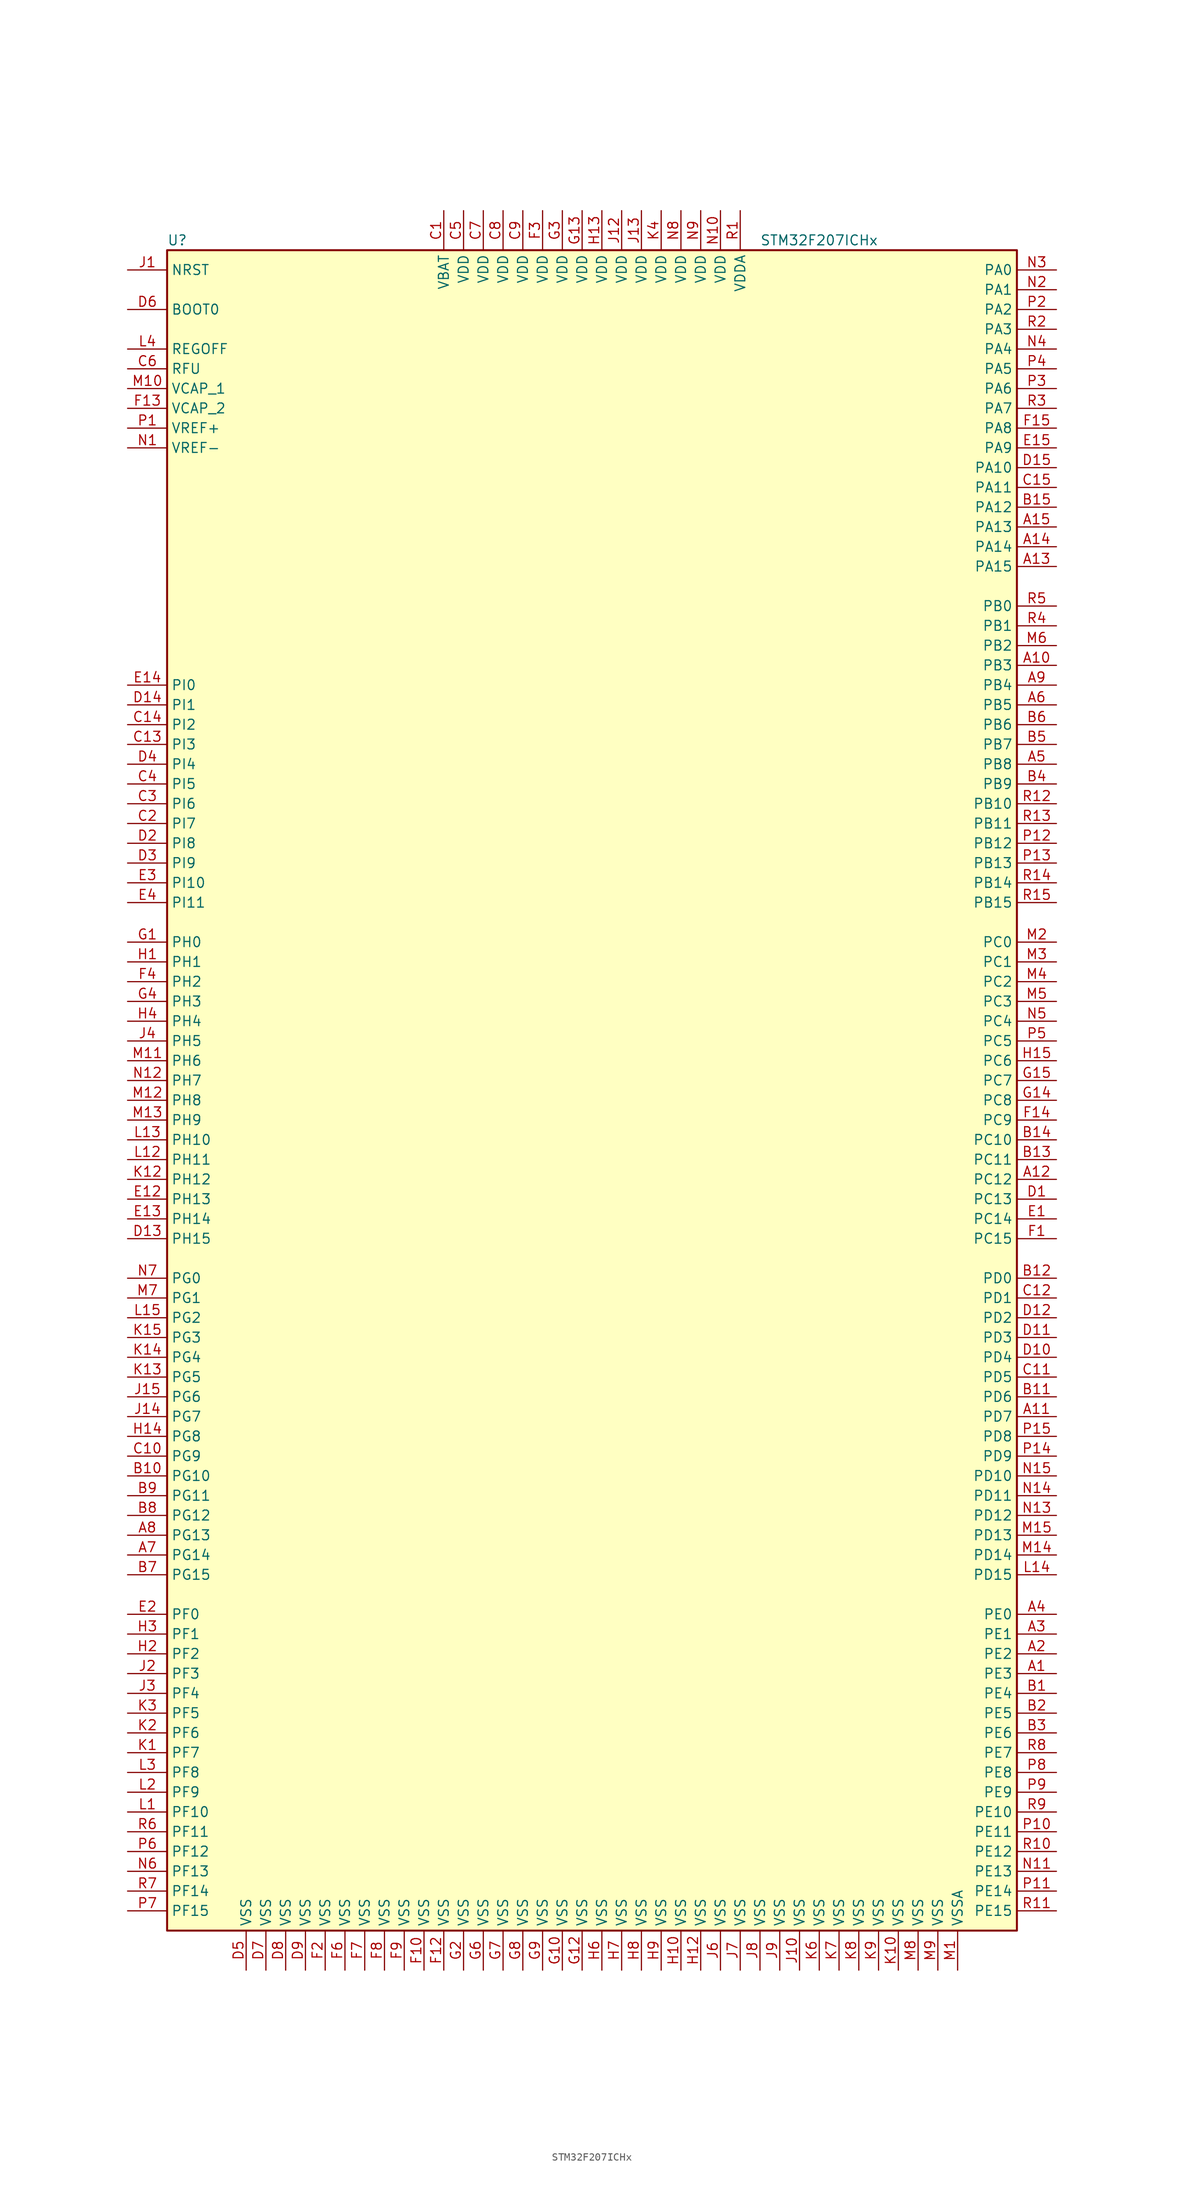
<source format=kicad_sym>
(kicad_symbol_lib
  (version 20201005)
  (generator kicad_symbol_editor)
  (symbol "STM32F207ICHx"
    (property "Reference" "U"
      (at -55.88 107.95 0)
      (effects (font (size 1.27 1.27)) (justify left)))
    (property "Value" "STM32F207ICHx"
      (at 20.32 107.95 0)
      (effects (font (size 1.27 1.27)) (justify left)))
    (symbol "STM32F207ICHx_0_1"
      (rectangle (start -55.88 -109.22) (end 53.34 106.68) (stroke (width 0.254)) (fill (type background))))
    (symbol "STM32F207ICHx_1_1"
      (pin input line (at -60.96 99.06 0) (length 5.08) (name "BOOT0" (effects (font (size 1.27 1.27)))) (number "D6" (effects (font (size 1.27 1.27)))))
      (pin input line (at -60.96 104.14 0) (length 5.08) (name "NRST" (effects (font (size 1.27 1.27)))) (number "J1" (effects (font (size 1.27 1.27)))))
      (pin bidirectional line (at 58.42 104.14 180) (length 5.08) (name "PA0" (effects (font (size 1.27 1.27)))) (number "N3" (effects (font (size 1.27 1.27)))))
      (pin bidirectional line (at 58.42 101.6 180) (length 5.08) (name "PA1" (effects (font (size 1.27 1.27)))) (number "N2" (effects (font (size 1.27 1.27)))))
      (pin bidirectional line (at 58.42 78.74 180) (length 5.08) (name "PA10" (effects (font (size 1.27 1.27)))) (number "D15" (effects (font (size 1.27 1.27)))))
      (pin bidirectional line (at 58.42 76.2 180) (length 5.08) (name "PA11" (effects (font (size 1.27 1.27)))) (number "C15" (effects (font (size 1.27 1.27)))))
      (pin bidirectional line (at 58.42 73.66 180) (length 5.08) (name "PA12" (effects (font (size 1.27 1.27)))) (number "B15" (effects (font (size 1.27 1.27)))))
      (pin bidirectional line (at 58.42 71.12 180) (length 5.08) (name "PA13" (effects (font (size 1.27 1.27)))) (number "A15" (effects (font (size 1.27 1.27)))))
      (pin bidirectional line (at 58.42 68.58 180) (length 5.08) (name "PA14" (effects (font (size 1.27 1.27)))) (number "A14" (effects (font (size 1.27 1.27)))))
      (pin bidirectional line (at 58.42 66.04 180) (length 5.08) (name "PA15" (effects (font (size 1.27 1.27)))) (number "A13" (effects (font (size 1.27 1.27)))))
      (pin bidirectional line (at 58.42 99.06 180) (length 5.08) (name "PA2" (effects (font (size 1.27 1.27)))) (number "P2" (effects (font (size 1.27 1.27)))))
      (pin bidirectional line (at 58.42 96.52 180) (length 5.08) (name "PA3" (effects (font (size 1.27 1.27)))) (number "R2" (effects (font (size 1.27 1.27)))))
      (pin bidirectional line (at 58.42 93.98 180) (length 5.08) (name "PA4" (effects (font (size 1.27 1.27)))) (number "N4" (effects (font (size 1.27 1.27)))))
      (pin bidirectional line (at 58.42 91.44 180) (length 5.08) (name "PA5" (effects (font (size 1.27 1.27)))) (number "P4" (effects (font (size 1.27 1.27)))))
      (pin bidirectional line (at 58.42 88.9 180) (length 5.08) (name "PA6" (effects (font (size 1.27 1.27)))) (number "P3" (effects (font (size 1.27 1.27)))))
      (pin bidirectional line (at 58.42 86.36 180) (length 5.08) (name "PA7" (effects (font (size 1.27 1.27)))) (number "R3" (effects (font (size 1.27 1.27)))))
      (pin bidirectional line (at 58.42 83.82 180) (length 5.08) (name "PA8" (effects (font (size 1.27 1.27)))) (number "F15" (effects (font (size 1.27 1.27)))))
      (pin bidirectional line (at 58.42 81.28 180) (length 5.08) (name "PA9" (effects (font (size 1.27 1.27)))) (number "E15" (effects (font (size 1.27 1.27)))))
      (pin bidirectional line (at 58.42 60.96 180) (length 5.08) (name "PB0" (effects (font (size 1.27 1.27)))) (number "R5" (effects (font (size 1.27 1.27)))))
      (pin bidirectional line (at 58.42 58.42 180) (length 5.08) (name "PB1" (effects (font (size 1.27 1.27)))) (number "R4" (effects (font (size 1.27 1.27)))))
      (pin bidirectional line (at 58.42 35.56 180) (length 5.08) (name "PB10" (effects (font (size 1.27 1.27)))) (number "R12" (effects (font (size 1.27 1.27)))))
      (pin bidirectional line (at 58.42 33.02 180) (length 5.08) (name "PB11" (effects (font (size 1.27 1.27)))) (number "R13" (effects (font (size 1.27 1.27)))))
      (pin bidirectional line (at 58.42 30.48 180) (length 5.08) (name "PB12" (effects (font (size 1.27 1.27)))) (number "P12" (effects (font (size 1.27 1.27)))))
      (pin bidirectional line (at 58.42 27.94 180) (length 5.08) (name "PB13" (effects (font (size 1.27 1.27)))) (number "P13" (effects (font (size 1.27 1.27)))))
      (pin bidirectional line (at 58.42 25.4 180) (length 5.08) (name "PB14" (effects (font (size 1.27 1.27)))) (number "R14" (effects (font (size 1.27 1.27)))))
      (pin bidirectional line (at 58.42 22.86 180) (length 5.08) (name "PB15" (effects (font (size 1.27 1.27)))) (number "R15" (effects (font (size 1.27 1.27)))))
      (pin bidirectional line (at 58.42 55.88 180) (length 5.08) (name "PB2" (effects (font (size 1.27 1.27)))) (number "M6" (effects (font (size 1.27 1.27)))))
      (pin bidirectional line (at 58.42 53.34 180) (length 5.08) (name "PB3" (effects (font (size 1.27 1.27)))) (number "A10" (effects (font (size 1.27 1.27)))))
      (pin bidirectional line (at 58.42 50.8 180) (length 5.08) (name "PB4" (effects (font (size 1.27 1.27)))) (number "A9" (effects (font (size 1.27 1.27)))))
      (pin bidirectional line (at 58.42 48.26 180) (length 5.08) (name "PB5" (effects (font (size 1.27 1.27)))) (number "A6" (effects (font (size 1.27 1.27)))))
      (pin bidirectional line (at 58.42 45.72 180) (length 5.08) (name "PB6" (effects (font (size 1.27 1.27)))) (number "B6" (effects (font (size 1.27 1.27)))))
      (pin bidirectional line (at 58.42 43.18 180) (length 5.08) (name "PB7" (effects (font (size 1.27 1.27)))) (number "B5" (effects (font (size 1.27 1.27)))))
      (pin bidirectional line (at 58.42 40.64 180) (length 5.08) (name "PB8" (effects (font (size 1.27 1.27)))) (number "A5" (effects (font (size 1.27 1.27)))))
      (pin bidirectional line (at 58.42 38.1 180) (length 5.08) (name "PB9" (effects (font (size 1.27 1.27)))) (number "B4" (effects (font (size 1.27 1.27)))))
      (pin bidirectional line (at 58.42 17.78 180) (length 5.08) (name "PC0" (effects (font (size 1.27 1.27)))) (number "M2" (effects (font (size 1.27 1.27)))))
      (pin bidirectional line (at 58.42 15.24 180) (length 5.08) (name "PC1" (effects (font (size 1.27 1.27)))) (number "M3" (effects (font (size 1.27 1.27)))))
      (pin bidirectional line (at 58.42 -7.62 180) (length 5.08) (name "PC10" (effects (font (size 1.27 1.27)))) (number "B14" (effects (font (size 1.27 1.27)))))
      (pin bidirectional line (at 58.42 -10.16 180) (length 5.08) (name "PC11" (effects (font (size 1.27 1.27)))) (number "B13" (effects (font (size 1.27 1.27)))))
      (pin bidirectional line (at 58.42 -12.7 180) (length 5.08) (name "PC12" (effects (font (size 1.27 1.27)))) (number "A12" (effects (font (size 1.27 1.27)))))
      (pin bidirectional line (at 58.42 -15.24 180) (length 5.08) (name "PC13" (effects (font (size 1.27 1.27)))) (number "D1" (effects (font (size 1.27 1.27)))))
      (pin bidirectional line (at 58.42 -17.78 180) (length 5.08) (name "PC14" (effects (font (size 1.27 1.27)))) (number "E1" (effects (font (size 1.27 1.27)))))
      (pin bidirectional line (at 58.42 -20.32 180) (length 5.08) (name "PC15" (effects (font (size 1.27 1.27)))) (number "F1" (effects (font (size 1.27 1.27)))))
      (pin bidirectional line (at 58.42 12.7 180) (length 5.08) (name "PC2" (effects (font (size 1.27 1.27)))) (number "M4" (effects (font (size 1.27 1.27)))))
      (pin bidirectional line (at 58.42 10.16 180) (length 5.08) (name "PC3" (effects (font (size 1.27 1.27)))) (number "M5" (effects (font (size 1.27 1.27)))))
      (pin bidirectional line (at 58.42 7.62 180) (length 5.08) (name "PC4" (effects (font (size 1.27 1.27)))) (number "N5" (effects (font (size 1.27 1.27)))))
      (pin bidirectional line (at 58.42 5.08 180) (length 5.08) (name "PC5" (effects (font (size 1.27 1.27)))) (number "P5" (effects (font (size 1.27 1.27)))))
      (pin bidirectional line (at 58.42 2.54 180) (length 5.08) (name "PC6" (effects (font (size 1.27 1.27)))) (number "H15" (effects (font (size 1.27 1.27)))))
      (pin bidirectional line (at 58.42 0 180) (length 5.08) (name "PC7" (effects (font (size 1.27 1.27)))) (number "G15" (effects (font (size 1.27 1.27)))))
      (pin bidirectional line (at 58.42 -2.54 180) (length 5.08) (name "PC8" (effects (font (size 1.27 1.27)))) (number "G14" (effects (font (size 1.27 1.27)))))
      (pin bidirectional line (at 58.42 -5.08 180) (length 5.08) (name "PC9" (effects (font (size 1.27 1.27)))) (number "F14" (effects (font (size 1.27 1.27)))))
      (pin bidirectional line (at 58.42 -25.4 180) (length 5.08) (name "PD0" (effects (font (size 1.27 1.27)))) (number "B12" (effects (font (size 1.27 1.27)))))
      (pin bidirectional line (at 58.42 -27.94 180) (length 5.08) (name "PD1" (effects (font (size 1.27 1.27)))) (number "C12" (effects (font (size 1.27 1.27)))))
      (pin bidirectional line (at 58.42 -50.8 180) (length 5.08) (name "PD10" (effects (font (size 1.27 1.27)))) (number "N15" (effects (font (size 1.27 1.27)))))
      (pin bidirectional line (at 58.42 -53.34 180) (length 5.08) (name "PD11" (effects (font (size 1.27 1.27)))) (number "N14" (effects (font (size 1.27 1.27)))))
      (pin bidirectional line (at 58.42 -55.88 180) (length 5.08) (name "PD12" (effects (font (size 1.27 1.27)))) (number "N13" (effects (font (size 1.27 1.27)))))
      (pin bidirectional line (at 58.42 -58.42 180) (length 5.08) (name "PD13" (effects (font (size 1.27 1.27)))) (number "M15" (effects (font (size 1.27 1.27)))))
      (pin bidirectional line (at 58.42 -60.96 180) (length 5.08) (name "PD14" (effects (font (size 1.27 1.27)))) (number "M14" (effects (font (size 1.27 1.27)))))
      (pin bidirectional line (at 58.42 -63.5 180) (length 5.08) (name "PD15" (effects (font (size 1.27 1.27)))) (number "L14" (effects (font (size 1.27 1.27)))))
      (pin bidirectional line (at 58.42 -30.48 180) (length 5.08) (name "PD2" (effects (font (size 1.27 1.27)))) (number "D12" (effects (font (size 1.27 1.27)))))
      (pin bidirectional line (at 58.42 -33.02 180) (length 5.08) (name "PD3" (effects (font (size 1.27 1.27)))) (number "D11" (effects (font (size 1.27 1.27)))))
      (pin bidirectional line (at 58.42 -35.56 180) (length 5.08) (name "PD4" (effects (font (size 1.27 1.27)))) (number "D10" (effects (font (size 1.27 1.27)))))
      (pin bidirectional line (at 58.42 -38.1 180) (length 5.08) (name "PD5" (effects (font (size 1.27 1.27)))) (number "C11" (effects (font (size 1.27 1.27)))))
      (pin bidirectional line (at 58.42 -40.64 180) (length 5.08) (name "PD6" (effects (font (size 1.27 1.27)))) (number "B11" (effects (font (size 1.27 1.27)))))
      (pin bidirectional line (at 58.42 -43.18 180) (length 5.08) (name "PD7" (effects (font (size 1.27 1.27)))) (number "A11" (effects (font (size 1.27 1.27)))))
      (pin bidirectional line (at 58.42 -45.72 180) (length 5.08) (name "PD8" (effects (font (size 1.27 1.27)))) (number "P15" (effects (font (size 1.27 1.27)))))
      (pin bidirectional line (at 58.42 -48.26 180) (length 5.08) (name "PD9" (effects (font (size 1.27 1.27)))) (number "P14" (effects (font (size 1.27 1.27)))))
      (pin bidirectional line (at 58.42 -68.58 180) (length 5.08) (name "PE0" (effects (font (size 1.27 1.27)))) (number "A4" (effects (font (size 1.27 1.27)))))
      (pin bidirectional line (at 58.42 -71.12 180) (length 5.08) (name "PE1" (effects (font (size 1.27 1.27)))) (number "A3" (effects (font (size 1.27 1.27)))))
      (pin bidirectional line (at 58.42 -93.98 180) (length 5.08) (name "PE10" (effects (font (size 1.27 1.27)))) (number "R9" (effects (font (size 1.27 1.27)))))
      (pin bidirectional line (at 58.42 -96.52 180) (length 5.08) (name "PE11" (effects (font (size 1.27 1.27)))) (number "P10" (effects (font (size 1.27 1.27)))))
      (pin bidirectional line (at 58.42 -99.06 180) (length 5.08) (name "PE12" (effects (font (size 1.27 1.27)))) (number "R10" (effects (font (size 1.27 1.27)))))
      (pin bidirectional line (at 58.42 -101.6 180) (length 5.08) (name "PE13" (effects (font (size 1.27 1.27)))) (number "N11" (effects (font (size 1.27 1.27)))))
      (pin bidirectional line (at 58.42 -104.14 180) (length 5.08) (name "PE14" (effects (font (size 1.27 1.27)))) (number "P11" (effects (font (size 1.27 1.27)))))
      (pin bidirectional line (at 58.42 -106.68 180) (length 5.08) (name "PE15" (effects (font (size 1.27 1.27)))) (number "R11" (effects (font (size 1.27 1.27)))))
      (pin bidirectional line (at 58.42 -73.66 180) (length 5.08) (name "PE2" (effects (font (size 1.27 1.27)))) (number "A2" (effects (font (size 1.27 1.27)))))
      (pin bidirectional line (at 58.42 -76.2 180) (length 5.08) (name "PE3" (effects (font (size 1.27 1.27)))) (number "A1" (effects (font (size 1.27 1.27)))))
      (pin bidirectional line (at 58.42 -78.74 180) (length 5.08) (name "PE4" (effects (font (size 1.27 1.27)))) (number "B1" (effects (font (size 1.27 1.27)))))
      (pin bidirectional line (at 58.42 -81.28 180) (length 5.08) (name "PE5" (effects (font (size 1.27 1.27)))) (number "B2" (effects (font (size 1.27 1.27)))))
      (pin bidirectional line (at 58.42 -83.82 180) (length 5.08) (name "PE6" (effects (font (size 1.27 1.27)))) (number "B3" (effects (font (size 1.27 1.27)))))
      (pin bidirectional line (at 58.42 -86.36 180) (length 5.08) (name "PE7" (effects (font (size 1.27 1.27)))) (number "R8" (effects (font (size 1.27 1.27)))))
      (pin bidirectional line (at 58.42 -88.9 180) (length 5.08) (name "PE8" (effects (font (size 1.27 1.27)))) (number "P8" (effects (font (size 1.27 1.27)))))
      (pin bidirectional line (at 58.42 -91.44 180) (length 5.08) (name "PE9" (effects (font (size 1.27 1.27)))) (number "P9" (effects (font (size 1.27 1.27)))))
      (pin bidirectional line (at -60.96 -68.58 0) (length 5.08) (name "PF0" (effects (font (size 1.27 1.27)))) (number "E2" (effects (font (size 1.27 1.27)))))
      (pin bidirectional line (at -60.96 -71.12 0) (length 5.08) (name "PF1" (effects (font (size 1.27 1.27)))) (number "H3" (effects (font (size 1.27 1.27)))))
      (pin bidirectional line (at -60.96 -93.98 0) (length 5.08) (name "PF10" (effects (font (size 1.27 1.27)))) (number "L1" (effects (font (size 1.27 1.27)))))
      (pin bidirectional line (at -60.96 -96.52 0) (length 5.08) (name "PF11" (effects (font (size 1.27 1.27)))) (number "R6" (effects (font (size 1.27 1.27)))))
      (pin bidirectional line (at -60.96 -99.06 0) (length 5.08) (name "PF12" (effects (font (size 1.27 1.27)))) (number "P6" (effects (font (size 1.27 1.27)))))
      (pin bidirectional line (at -60.96 -101.6 0) (length 5.08) (name "PF13" (effects (font (size 1.27 1.27)))) (number "N6" (effects (font (size 1.27 1.27)))))
      (pin bidirectional line (at -60.96 -104.14 0) (length 5.08) (name "PF14" (effects (font (size 1.27 1.27)))) (number "R7" (effects (font (size 1.27 1.27)))))
      (pin bidirectional line (at -60.96 -106.68 0) (length 5.08) (name "PF15" (effects (font (size 1.27 1.27)))) (number "P7" (effects (font (size 1.27 1.27)))))
      (pin bidirectional line (at -60.96 -73.66 0) (length 5.08) (name "PF2" (effects (font (size 1.27 1.27)))) (number "H2" (effects (font (size 1.27 1.27)))))
      (pin bidirectional line (at -60.96 -76.2 0) (length 5.08) (name "PF3" (effects (font (size 1.27 1.27)))) (number "J2" (effects (font (size 1.27 1.27)))))
      (pin bidirectional line (at -60.96 -78.74 0) (length 5.08) (name "PF4" (effects (font (size 1.27 1.27)))) (number "J3" (effects (font (size 1.27 1.27)))))
      (pin bidirectional line (at -60.96 -81.28 0) (length 5.08) (name "PF5" (effects (font (size 1.27 1.27)))) (number "K3" (effects (font (size 1.27 1.27)))))
      (pin bidirectional line (at -60.96 -83.82 0) (length 5.08) (name "PF6" (effects (font (size 1.27 1.27)))) (number "K2" (effects (font (size 1.27 1.27)))))
      (pin bidirectional line (at -60.96 -86.36 0) (length 5.08) (name "PF7" (effects (font (size 1.27 1.27)))) (number "K1" (effects (font (size 1.27 1.27)))))
      (pin bidirectional line (at -60.96 -88.9 0) (length 5.08) (name "PF8" (effects (font (size 1.27 1.27)))) (number "L3" (effects (font (size 1.27 1.27)))))
      (pin bidirectional line (at -60.96 -91.44 0) (length 5.08) (name "PF9" (effects (font (size 1.27 1.27)))) (number "L2" (effects (font (size 1.27 1.27)))))
      (pin bidirectional line (at -60.96 -25.4 0) (length 5.08) (name "PG0" (effects (font (size 1.27 1.27)))) (number "N7" (effects (font (size 1.27 1.27)))))
      (pin bidirectional line (at -60.96 -27.94 0) (length 5.08) (name "PG1" (effects (font (size 1.27 1.27)))) (number "M7" (effects (font (size 1.27 1.27)))))
      (pin bidirectional line (at -60.96 -50.8 0) (length 5.08) (name "PG10" (effects (font (size 1.27 1.27)))) (number "B10" (effects (font (size 1.27 1.27)))))
      (pin bidirectional line (at -60.96 -53.34 0) (length 5.08) (name "PG11" (effects (font (size 1.27 1.27)))) (number "B9" (effects (font (size 1.27 1.27)))))
      (pin bidirectional line (at -60.96 -55.88 0) (length 5.08) (name "PG12" (effects (font (size 1.27 1.27)))) (number "B8" (effects (font (size 1.27 1.27)))))
      (pin bidirectional line (at -60.96 -58.42 0) (length 5.08) (name "PG13" (effects (font (size 1.27 1.27)))) (number "A8" (effects (font (size 1.27 1.27)))))
      (pin bidirectional line (at -60.96 -60.96 0) (length 5.08) (name "PG14" (effects (font (size 1.27 1.27)))) (number "A7" (effects (font (size 1.27 1.27)))))
      (pin bidirectional line (at -60.96 -63.5 0) (length 5.08) (name "PG15" (effects (font (size 1.27 1.27)))) (number "B7" (effects (font (size 1.27 1.27)))))
      (pin bidirectional line (at -60.96 -30.48 0) (length 5.08) (name "PG2" (effects (font (size 1.27 1.27)))) (number "L15" (effects (font (size 1.27 1.27)))))
      (pin bidirectional line (at -60.96 -33.02 0) (length 5.08) (name "PG3" (effects (font (size 1.27 1.27)))) (number "K15" (effects (font (size 1.27 1.27)))))
      (pin bidirectional line (at -60.96 -35.56 0) (length 5.08) (name "PG4" (effects (font (size 1.27 1.27)))) (number "K14" (effects (font (size 1.27 1.27)))))
      (pin bidirectional line (at -60.96 -38.1 0) (length 5.08) (name "PG5" (effects (font (size 1.27 1.27)))) (number "K13" (effects (font (size 1.27 1.27)))))
      (pin bidirectional line (at -60.96 -40.64 0) (length 5.08) (name "PG6" (effects (font (size 1.27 1.27)))) (number "J15" (effects (font (size 1.27 1.27)))))
      (pin bidirectional line (at -60.96 -43.18 0) (length 5.08) (name "PG7" (effects (font (size 1.27 1.27)))) (number "J14" (effects (font (size 1.27 1.27)))))
      (pin bidirectional line (at -60.96 -45.72 0) (length 5.08) (name "PG8" (effects (font (size 1.27 1.27)))) (number "H14" (effects (font (size 1.27 1.27)))))
      (pin bidirectional line (at -60.96 -48.26 0) (length 5.08) (name "PG9" (effects (font (size 1.27 1.27)))) (number "C10" (effects (font (size 1.27 1.27)))))
      (pin input line (at -60.96 17.78 0) (length 5.08) (name "PH0" (effects (font (size 1.27 1.27)))) (number "G1" (effects (font (size 1.27 1.27)))))
      (pin input line (at -60.96 15.24 0) (length 5.08) (name "PH1" (effects (font (size 1.27 1.27)))) (number "H1" (effects (font (size 1.27 1.27)))))
      (pin bidirectional line (at -60.96 -7.62 0) (length 5.08) (name "PH10" (effects (font (size 1.27 1.27)))) (number "L13" (effects (font (size 1.27 1.27)))))
      (pin bidirectional line (at -60.96 -10.16 0) (length 5.08) (name "PH11" (effects (font (size 1.27 1.27)))) (number "L12" (effects (font (size 1.27 1.27)))))
      (pin bidirectional line (at -60.96 -12.7 0) (length 5.08) (name "PH12" (effects (font (size 1.27 1.27)))) (number "K12" (effects (font (size 1.27 1.27)))))
      (pin bidirectional line (at -60.96 -15.24 0) (length 5.08) (name "PH13" (effects (font (size 1.27 1.27)))) (number "E12" (effects (font (size 1.27 1.27)))))
      (pin bidirectional line (at -60.96 -17.78 0) (length 5.08) (name "PH14" (effects (font (size 1.27 1.27)))) (number "E13" (effects (font (size 1.27 1.27)))))
      (pin bidirectional line (at -60.96 -20.32 0) (length 5.08) (name "PH15" (effects (font (size 1.27 1.27)))) (number "D13" (effects (font (size 1.27 1.27)))))
      (pin bidirectional line (at -60.96 12.7 0) (length 5.08) (name "PH2" (effects (font (size 1.27 1.27)))) (number "F4" (effects (font (size 1.27 1.27)))))
      (pin bidirectional line (at -60.96 10.16 0) (length 5.08) (name "PH3" (effects (font (size 1.27 1.27)))) (number "G4" (effects (font (size 1.27 1.27)))))
      (pin bidirectional line (at -60.96 7.62 0) (length 5.08) (name "PH4" (effects (font (size 1.27 1.27)))) (number "H4" (effects (font (size 1.27 1.27)))))
      (pin bidirectional line (at -60.96 5.08 0) (length 5.08) (name "PH5" (effects (font (size 1.27 1.27)))) (number "J4" (effects (font (size 1.27 1.27)))))
      (pin bidirectional line (at -60.96 2.54 0) (length 5.08) (name "PH6" (effects (font (size 1.27 1.27)))) (number "M11" (effects (font (size 1.27 1.27)))))
      (pin bidirectional line (at -60.96 0 0) (length 5.08) (name "PH7" (effects (font (size 1.27 1.27)))) (number "N12" (effects (font (size 1.27 1.27)))))
      (pin bidirectional line (at -60.96 -2.54 0) (length 5.08) (name "PH8" (effects (font (size 1.27 1.27)))) (number "M12" (effects (font (size 1.27 1.27)))))
      (pin bidirectional line (at -60.96 -5.08 0) (length 5.08) (name "PH9" (effects (font (size 1.27 1.27)))) (number "M13" (effects (font (size 1.27 1.27)))))
      (pin bidirectional line (at -60.96 50.8 0) (length 5.08) (name "PI0" (effects (font (size 1.27 1.27)))) (number "E14" (effects (font (size 1.27 1.27)))))
      (pin bidirectional line (at -60.96 48.26 0) (length 5.08) (name "PI1" (effects (font (size 1.27 1.27)))) (number "D14" (effects (font (size 1.27 1.27)))))
      (pin bidirectional line (at -60.96 25.4 0) (length 5.08) (name "PI10" (effects (font (size 1.27 1.27)))) (number "E3" (effects (font (size 1.27 1.27)))))
      (pin bidirectional line (at -60.96 22.86 0) (length 5.08) (name "PI11" (effects (font (size 1.27 1.27)))) (number "E4" (effects (font (size 1.27 1.27)))))
      (pin bidirectional line (at -60.96 45.72 0) (length 5.08) (name "PI2" (effects (font (size 1.27 1.27)))) (number "C14" (effects (font (size 1.27 1.27)))))
      (pin bidirectional line (at -60.96 43.18 0) (length 5.08) (name "PI3" (effects (font (size 1.27 1.27)))) (number "C13" (effects (font (size 1.27 1.27)))))
      (pin bidirectional line (at -60.96 40.64 0) (length 5.08) (name "PI4" (effects (font (size 1.27 1.27)))) (number "D4" (effects (font (size 1.27 1.27)))))
      (pin bidirectional line (at -60.96 38.1 0) (length 5.08) (name "PI5" (effects (font (size 1.27 1.27)))) (number "C4" (effects (font (size 1.27 1.27)))))
      (pin bidirectional line (at -60.96 35.56 0) (length 5.08) (name "PI6" (effects (font (size 1.27 1.27)))) (number "C3" (effects (font (size 1.27 1.27)))))
      (pin bidirectional line (at -60.96 33.02 0) (length 5.08) (name "PI7" (effects (font (size 1.27 1.27)))) (number "C2" (effects (font (size 1.27 1.27)))))
      (pin bidirectional line (at -60.96 30.48 0) (length 5.08) (name "PI8" (effects (font (size 1.27 1.27)))) (number "D2" (effects (font (size 1.27 1.27)))))
      (pin bidirectional line (at -60.96 27.94 0) (length 5.08) (name "PI9" (effects (font (size 1.27 1.27)))) (number "D3" (effects (font (size 1.27 1.27)))))
      (pin power_in line (at -60.96 93.98 0) (length 5.08) (name "REGOFF" (effects (font (size 1.27 1.27)))) (number "L4" (effects (font (size 1.27 1.27)))))
      (pin power_in line (at -60.96 91.44 0) (length 5.08) (name "RFU" (effects (font (size 1.27 1.27)))) (number "C6" (effects (font (size 1.27 1.27)))))
      (pin power_in line (at -20.32 111.76 270) (length 5.08) (name "VBAT" (effects (font (size 1.27 1.27)))) (number "C1" (effects (font (size 1.27 1.27)))))
      (pin power_in line (at -60.96 88.9 0) (length 5.08) (name "VCAP_1" (effects (font (size 1.27 1.27)))) (number "M10" (effects (font (size 1.27 1.27)))))
      (pin power_in line (at -60.96 86.36 0) (length 5.08) (name "VCAP_2" (effects (font (size 1.27 1.27)))) (number "F13" (effects (font (size 1.27 1.27)))))
      (pin power_in line (at -17.78 111.76 270) (length 5.08) (name "VDD" (effects (font (size 1.27 1.27)))) (number "C5" (effects (font (size 1.27 1.27)))))
      (pin power_in line (at -15.24 111.76 270) (length 5.08) (name "VDD" (effects (font (size 1.27 1.27)))) (number "C7" (effects (font (size 1.27 1.27)))))
      (pin power_in line (at -12.7 111.76 270) (length 5.08) (name "VDD" (effects (font (size 1.27 1.27)))) (number "C8" (effects (font (size 1.27 1.27)))))
      (pin power_in line (at -10.16 111.76 270) (length 5.08) (name "VDD" (effects (font (size 1.27 1.27)))) (number "C9" (effects (font (size 1.27 1.27)))))
      (pin power_in line (at -7.62 111.76 270) (length 5.08) (name "VDD" (effects (font (size 1.27 1.27)))) (number "F3" (effects (font (size 1.27 1.27)))))
      (pin power_in line (at -2.54 111.76 270) (length 5.08) (name "VDD" (effects (font (size 1.27 1.27)))) (number "G13" (effects (font (size 1.27 1.27)))))
      (pin power_in line (at -5.08 111.76 270) (length 5.08) (name "VDD" (effects (font (size 1.27 1.27)))) (number "G3" (effects (font (size 1.27 1.27)))))
      (pin power_in line (at 0 111.76 270) (length 5.08) (name "VDD" (effects (font (size 1.27 1.27)))) (number "H13" (effects (font (size 1.27 1.27)))))
      (pin power_in line (at 2.54 111.76 270) (length 5.08) (name "VDD" (effects (font (size 1.27 1.27)))) (number "J12" (effects (font (size 1.27 1.27)))))
      (pin power_in line (at 5.08 111.76 270) (length 5.08) (name "VDD" (effects (font (size 1.27 1.27)))) (number "J13" (effects (font (size 1.27 1.27)))))
      (pin power_in line (at 7.62 111.76 270) (length 5.08) (name "VDD" (effects (font (size 1.27 1.27)))) (number "K4" (effects (font (size 1.27 1.27)))))
      (pin power_in line (at 15.24 111.76 270) (length 5.08) (name "VDD" (effects (font (size 1.27 1.27)))) (number "N10" (effects (font (size 1.27 1.27)))))
      (pin power_in line (at 10.16 111.76 270) (length 5.08) (name "VDD" (effects (font (size 1.27 1.27)))) (number "N8" (effects (font (size 1.27 1.27)))))
      (pin power_in line (at 12.7 111.76 270) (length 5.08) (name "VDD" (effects (font (size 1.27 1.27)))) (number "N9" (effects (font (size 1.27 1.27)))))
      (pin power_in line (at 17.78 111.76 270) (length 5.08) (name "VDDA" (effects (font (size 1.27 1.27)))) (number "R1" (effects (font (size 1.27 1.27)))))
      (pin power_in line (at -60.96 83.82 0) (length 5.08) (name "VREF+" (effects (font (size 1.27 1.27)))) (number "P1" (effects (font (size 1.27 1.27)))))
      (pin power_in line (at -60.96 81.28 0) (length 5.08) (name "VREF-" (effects (font (size 1.27 1.27)))) (number "N1" (effects (font (size 1.27 1.27)))))
      (pin power_in line (at -45.72 -114.3 90) (length 5.08) (name "VSS" (effects (font (size 1.27 1.27)))) (number "D5" (effects (font (size 1.27 1.27)))))
      (pin power_in line (at -43.18 -114.3 90) (length 5.08) (name "VSS" (effects (font (size 1.27 1.27)))) (number "D7" (effects (font (size 1.27 1.27)))))
      (pin power_in line (at -40.64 -114.3 90) (length 5.08) (name "VSS" (effects (font (size 1.27 1.27)))) (number "D8" (effects (font (size 1.27 1.27)))))
      (pin power_in line (at -38.1 -114.3 90) (length 5.08) (name "VSS" (effects (font (size 1.27 1.27)))) (number "D9" (effects (font (size 1.27 1.27)))))
      (pin power_in line (at -22.86 -114.3 90) (length 5.08) (name "VSS" (effects (font (size 1.27 1.27)))) (number "F10" (effects (font (size 1.27 1.27)))))
      (pin power_in line (at -20.32 -114.3 90) (length 5.08) (name "VSS" (effects (font (size 1.27 1.27)))) (number "F12" (effects (font (size 1.27 1.27)))))
      (pin power_in line (at -35.56 -114.3 90) (length 5.08) (name "VSS" (effects (font (size 1.27 1.27)))) (number "F2" (effects (font (size 1.27 1.27)))))
      (pin power_in line (at -33.02 -114.3 90) (length 5.08) (name "VSS" (effects (font (size 1.27 1.27)))) (number "F6" (effects (font (size 1.27 1.27)))))
      (pin power_in line (at -30.48 -114.3 90) (length 5.08) (name "VSS" (effects (font (size 1.27 1.27)))) (number "F7" (effects (font (size 1.27 1.27)))))
      (pin power_in line (at -27.94 -114.3 90) (length 5.08) (name "VSS" (effects (font (size 1.27 1.27)))) (number "F8" (effects (font (size 1.27 1.27)))))
      (pin power_in line (at -25.4 -114.3 90) (length 5.08) (name "VSS" (effects (font (size 1.27 1.27)))) (number "F9" (effects (font (size 1.27 1.27)))))
      (pin power_in line (at -5.08 -114.3 90) (length 5.08) (name "VSS" (effects (font (size 1.27 1.27)))) (number "G10" (effects (font (size 1.27 1.27)))))
      (pin power_in line (at -2.54 -114.3 90) (length 5.08) (name "VSS" (effects (font (size 1.27 1.27)))) (number "G12" (effects (font (size 1.27 1.27)))))
      (pin power_in line (at -17.78 -114.3 90) (length 5.08) (name "VSS" (effects (font (size 1.27 1.27)))) (number "G2" (effects (font (size 1.27 1.27)))))
      (pin power_in line (at -15.24 -114.3 90) (length 5.08) (name "VSS" (effects (font (size 1.27 1.27)))) (number "G6" (effects (font (size 1.27 1.27)))))
      (pin power_in line (at -12.7 -114.3 90) (length 5.08) (name "VSS" (effects (font (size 1.27 1.27)))) (number "G7" (effects (font (size 1.27 1.27)))))
      (pin power_in line (at -10.16 -114.3 90) (length 5.08) (name "VSS" (effects (font (size 1.27 1.27)))) (number "G8" (effects (font (size 1.27 1.27)))))
      (pin power_in line (at -7.62 -114.3 90) (length 5.08) (name "VSS" (effects (font (size 1.27 1.27)))) (number "G9" (effects (font (size 1.27 1.27)))))
      (pin power_in line (at 10.16 -114.3 90) (length 5.08) (name "VSS" (effects (font (size 1.27 1.27)))) (number "H10" (effects (font (size 1.27 1.27)))))
      (pin power_in line (at 12.7 -114.3 90) (length 5.08) (name "VSS" (effects (font (size 1.27 1.27)))) (number "H12" (effects (font (size 1.27 1.27)))))
      (pin power_in line (at 0 -114.3 90) (length 5.08) (name "VSS" (effects (font (size 1.27 1.27)))) (number "H6" (effects (font (size 1.27 1.27)))))
      (pin power_in line (at 2.54 -114.3 90) (length 5.08) (name "VSS" (effects (font (size 1.27 1.27)))) (number "H7" (effects (font (size 1.27 1.27)))))
      (pin power_in line (at 5.08 -114.3 90) (length 5.08) (name "VSS" (effects (font (size 1.27 1.27)))) (number "H8" (effects (font (size 1.27 1.27)))))
      (pin power_in line (at 7.62 -114.3 90) (length 5.08) (name "VSS" (effects (font (size 1.27 1.27)))) (number "H9" (effects (font (size 1.27 1.27)))))
      (pin power_in line (at 25.4 -114.3 90) (length 5.08) (name "VSS" (effects (font (size 1.27 1.27)))) (number "J10" (effects (font (size 1.27 1.27)))))
      (pin power_in line (at 15.24 -114.3 90) (length 5.08) (name "VSS" (effects (font (size 1.27 1.27)))) (number "J6" (effects (font (size 1.27 1.27)))))
      (pin power_in line (at 17.78 -114.3 90) (length 5.08) (name "VSS" (effects (font (size 1.27 1.27)))) (number "J7" (effects (font (size 1.27 1.27)))))
      (pin power_in line (at 20.32 -114.3 90) (length 5.08) (name "VSS" (effects (font (size 1.27 1.27)))) (number "J8" (effects (font (size 1.27 1.27)))))
      (pin power_in line (at 22.86 -114.3 90) (length 5.08) (name "VSS" (effects (font (size 1.27 1.27)))) (number "J9" (effects (font (size 1.27 1.27)))))
      (pin power_in line (at 38.1 -114.3 90) (length 5.08) (name "VSS" (effects (font (size 1.27 1.27)))) (number "K10" (effects (font (size 1.27 1.27)))))
      (pin power_in line (at 27.94 -114.3 90) (length 5.08) (name "VSS" (effects (font (size 1.27 1.27)))) (number "K6" (effects (font (size 1.27 1.27)))))
      (pin power_in line (at 30.48 -114.3 90) (length 5.08) (name "VSS" (effects (font (size 1.27 1.27)))) (number "K7" (effects (font (size 1.27 1.27)))))
      (pin power_in line (at 33.02 -114.3 90) (length 5.08) (name "VSS" (effects (font (size 1.27 1.27)))) (number "K8" (effects (font (size 1.27 1.27)))))
      (pin power_in line (at 35.56 -114.3 90) (length 5.08) (name "VSS" (effects (font (size 1.27 1.27)))) (number "K9" (effects (font (size 1.27 1.27)))))
      (pin power_in line (at 40.64 -114.3 90) (length 5.08) (name "VSS" (effects (font (size 1.27 1.27)))) (number "M8" (effects (font (size 1.27 1.27)))))
      (pin power_in line (at 43.18 -114.3 90) (length 5.08) (name "VSS" (effects (font (size 1.27 1.27)))) (number "M9" (effects (font (size 1.27 1.27)))))
      (pin power_in line (at 45.72 -114.3 90) (length 5.08) (name "VSSA" (effects (font (size 1.27 1.27)))) (number "M1" (effects (font (size 1.27 1.27))))))))
</source>
